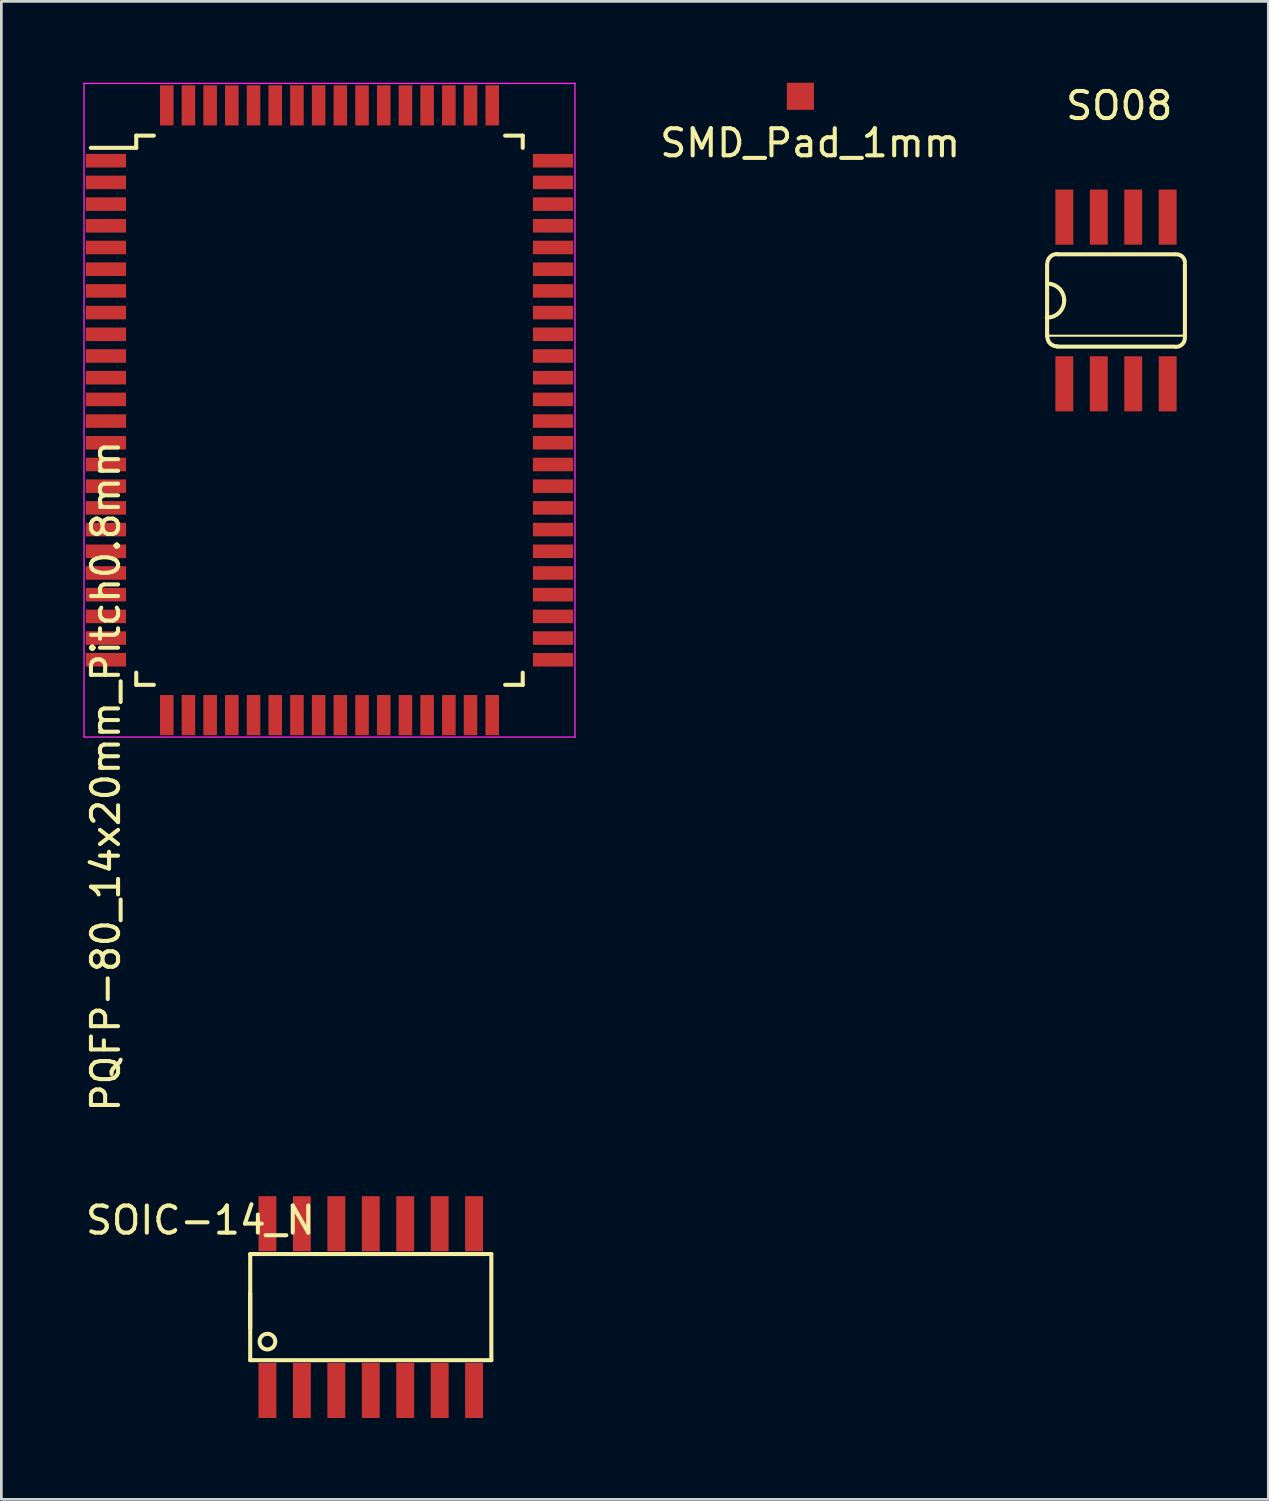
<source format=kicad_pcb>
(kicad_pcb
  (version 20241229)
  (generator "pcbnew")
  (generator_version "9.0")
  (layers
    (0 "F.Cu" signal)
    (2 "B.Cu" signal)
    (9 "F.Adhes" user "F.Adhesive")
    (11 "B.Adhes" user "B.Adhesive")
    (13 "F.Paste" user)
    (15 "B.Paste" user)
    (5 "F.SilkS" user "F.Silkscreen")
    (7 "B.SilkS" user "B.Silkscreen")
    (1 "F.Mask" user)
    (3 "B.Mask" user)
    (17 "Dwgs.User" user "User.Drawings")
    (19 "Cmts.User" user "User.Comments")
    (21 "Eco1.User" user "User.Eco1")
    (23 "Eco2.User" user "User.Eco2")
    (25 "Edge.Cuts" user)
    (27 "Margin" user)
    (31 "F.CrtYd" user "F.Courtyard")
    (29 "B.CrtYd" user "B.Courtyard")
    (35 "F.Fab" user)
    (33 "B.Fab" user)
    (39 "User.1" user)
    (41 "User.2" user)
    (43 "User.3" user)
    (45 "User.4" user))
  (footprint "PQFP-80_14x20mm_Pitch0.8mm"
    (layer "F.Cu")
    (at 9.098 12.075)
    (property "Reference" "PQFP-80_14x20mm_Pitch0.8mm" (at -8.25 13.494 270) (layer "F.SilkS") (effects (font (size 1 1) (thickness 0.15))))
    (attr smd)
    (fp_line (start -7.125 -10.125) (end -7.125 -9.675) (stroke (width 0.15) (type solid)) (layer "F.SilkS"))
    (fp_line (start -7.125 -10.125) (end -6.475 -10.125) (stroke (width 0.15) (type solid)) (layer "F.SilkS"))
    (fp_line (start -7.125 -9.675) (end -8.8 -9.675) (stroke (width 0.15) (type solid)) (layer "F.SilkS"))
    (fp_line (start -7.125 10.125) (end -7.125 9.675) (stroke (width 0.15) (type solid)) (layer "F.SilkS"))
    (fp_line (start -7.125 10.125) (end -6.475 10.125) (stroke (width 0.15) (type solid)) (layer "F.SilkS"))
    (fp_line (start 7.125 -10.125) (end 6.475 -10.125) (stroke (width 0.15) (type solid)) (layer "F.SilkS"))
    (fp_line (start 7.125 -10.125) (end 7.125 -9.675) (stroke (width 0.15) (type solid)) (layer "F.SilkS"))
    (fp_line (start 7.125 10.125) (end 6.475 10.125) (stroke (width 0.15) (type solid)) (layer "F.SilkS"))
    (fp_line (start 7.125 10.125) (end 7.125 9.675) (stroke (width 0.15) (type solid)) (layer "F.SilkS"))
    (fp_line (start -9.05 -12.05) (end -9.05 12.05) (stroke (width 0.05) (type solid)) (layer "F.CrtYd"))
    (fp_line (start -9.05 -12.05) (end 9.05 -12.05) (stroke (width 0.05) (type solid)) (layer "F.CrtYd"))
    (fp_line (start -9.05 12.05) (end 9.05 12.05) (stroke (width 0.05) (type solid)) (layer "F.CrtYd"))
    (fp_line (start 9.05 -12.05) (end 9.05 12.05) (stroke (width 0.05) (type solid)) (layer "F.CrtYd"))
    (pad "1" smd rect (at -8.24 -9.2) (size 1.48 0.5) (layers "F.Cu" "F.Mask" "F.Paste"))
    (pad "2" smd rect (at -8.24 -8.4) (size 1.48 0.5) (layers "F.Cu" "F.Mask" "F.Paste"))
    (pad "3" smd rect (at -8.24 -7.6) (size 1.48 0.5) (layers "F.Cu" "F.Mask" "F.Paste"))
    (pad "4" smd rect (at -8.24 -6.8) (size 1.48 0.5) (layers "F.Cu" "F.Mask" "F.Paste"))
    (pad "5" smd rect (at -8.24 -6) (size 1.48 0.5) (layers "F.Cu" "F.Mask" "F.Paste"))
    (pad "6" smd rect (at -8.24 -5.2) (size 1.48 0.5) (layers "F.Cu" "F.Mask" "F.Paste"))
    (pad "7" smd rect (at -8.24 -4.4) (size 1.48 0.5) (layers "F.Cu" "F.Mask" "F.Paste"))
    (pad "8" smd rect (at -8.24 -3.6) (size 1.48 0.5) (layers "F.Cu" "F.Mask" "F.Paste"))
    (pad "9" smd rect (at -8.24 -2.8) (size 1.48 0.5) (layers "F.Cu" "F.Mask" "F.Paste"))
    (pad "10" smd rect (at -8.24 -2) (size 1.48 0.5) (layers "F.Cu" "F.Mask" "F.Paste"))
    (pad "11" smd rect (at -8.24 -1.2) (size 1.48 0.5) (layers "F.Cu" "F.Mask" "F.Paste"))
    (pad "12" smd rect (at -8.24 -0.4) (size 1.48 0.5) (layers "F.Cu" "F.Mask" "F.Paste"))
    (pad "13" smd rect (at -8.24 0.4) (size 1.48 0.5) (layers "F.Cu" "F.Mask" "F.Paste"))
    (pad "14" smd rect (at -8.24 1.2) (size 1.48 0.5) (layers "F.Cu" "F.Mask" "F.Paste"))
    (pad "15" smd rect (at -8.24 2) (size 1.48 0.5) (layers "F.Cu" "F.Mask" "F.Paste"))
    (pad "16" smd rect (at -8.24 2.8) (size 1.48 0.5) (layers "F.Cu" "F.Mask" "F.Paste"))
    (pad "17" smd rect (at -8.24 3.6) (size 1.48 0.5) (layers "F.Cu" "F.Mask" "F.Paste"))
    (pad "18" smd rect (at -8.24 4.4) (size 1.48 0.5) (layers "F.Cu" "F.Mask" "F.Paste"))
    (pad "19" smd rect (at -8.24 5.2) (size 1.48 0.5) (layers "F.Cu" "F.Mask" "F.Paste"))
    (pad "20" smd rect (at -8.24 6) (size 1.48 0.5) (layers "F.Cu" "F.Mask" "F.Paste"))
    (pad "21" smd rect (at -8.24 6.8) (size 1.48 0.5) (layers "F.Cu" "F.Mask" "F.Paste"))
    (pad "22" smd rect (at -8.24 7.6) (size 1.48 0.5) (layers "F.Cu" "F.Mask" "F.Paste"))
    (pad "23" smd rect (at -8.24 8.4) (size 1.48 0.5) (layers "F.Cu" "F.Mask" "F.Paste"))
    (pad "24" smd rect (at -8.24 9.2) (size 1.48 0.5) (layers "F.Cu" "F.Mask" "F.Paste"))
    (pad "25" smd rect (at -6 11.24 90) (size 1.48 0.5) (layers "F.Cu" "F.Mask" "F.Paste"))
    (pad "26" smd rect (at -5.2 11.24 90) (size 1.48 0.5) (layers "F.Cu" "F.Mask" "F.Paste"))
    (pad "27" smd rect (at -4.4 11.24 90) (size 1.48 0.5) (layers "F.Cu" "F.Mask" "F.Paste"))
    (pad "28" smd rect (at -3.6 11.24 90) (size 1.48 0.5) (layers "F.Cu" "F.Mask" "F.Paste"))
    (pad "29" smd rect (at -2.8 11.24 90) (size 1.48 0.5) (layers "F.Cu" "F.Mask" "F.Paste"))
    (pad "30" smd rect (at -2 11.24 90) (size 1.48 0.5) (layers "F.Cu" "F.Mask" "F.Paste"))
    (pad "31" smd rect (at -1.2 11.24 90) (size 1.48 0.5) (layers "F.Cu" "F.Mask" "F.Paste"))
    (pad "32" smd rect (at -0.4 11.24 90) (size 1.48 0.5) (layers "F.Cu" "F.Mask" "F.Paste"))
    (pad "33" smd rect (at 0.4 11.24 90) (size 1.48 0.5) (layers "F.Cu" "F.Mask" "F.Paste"))
    (pad "34" smd rect (at 1.2 11.24 90) (size 1.48 0.5) (layers "F.Cu" "F.Mask" "F.Paste"))
    (pad "35" smd rect (at 2 11.24 90) (size 1.48 0.5) (layers "F.Cu" "F.Mask" "F.Paste"))
    (pad "36" smd rect (at 2.8 11.24 90) (size 1.48 0.5) (layers "F.Cu" "F.Mask" "F.Paste"))
    (pad "37" smd rect (at 3.6 11.24 90) (size 1.48 0.5) (layers "F.Cu" "F.Mask" "F.Paste"))
    (pad "38" smd rect (at 4.4 11.24 90) (size 1.48 0.5) (layers "F.Cu" "F.Mask" "F.Paste"))
    (pad "39" smd rect (at 5.2 11.24 90) (size 1.48 0.5) (layers "F.Cu" "F.Mask" "F.Paste"))
    (pad "40" smd rect (at 6 11.24 90) (size 1.48 0.5) (layers "F.Cu" "F.Mask" "F.Paste"))
    (pad "41" smd rect (at 8.24 9.2) (size 1.48 0.5) (layers "F.Cu" "F.Mask" "F.Paste"))
    (pad "42" smd rect (at 8.24 8.4) (size 1.48 0.5) (layers "F.Cu" "F.Mask" "F.Paste"))
    (pad "43" smd rect (at 8.24 7.6) (size 1.48 0.5) (layers "F.Cu" "F.Mask" "F.Paste"))
    (pad "44" smd rect (at 8.24 6.8) (size 1.48 0.5) (layers "F.Cu" "F.Mask" "F.Paste"))
    (pad "45" smd rect (at 8.24 6) (size 1.48 0.5) (layers "F.Cu" "F.Mask" "F.Paste"))
    (pad "46" smd rect (at 8.24 5.2) (size 1.48 0.5) (layers "F.Cu" "F.Mask" "F.Paste"))
    (pad "47" smd rect (at 8.24 4.4) (size 1.48 0.5) (layers "F.Cu" "F.Mask" "F.Paste"))
    (pad "48" smd rect (at 8.24 3.6) (size 1.48 0.5) (layers "F.Cu" "F.Mask" "F.Paste"))
    (pad "49" smd rect (at 8.24 2.8) (size 1.48 0.5) (layers "F.Cu" "F.Mask" "F.Paste"))
    (pad "50" smd rect (at 8.24 2) (size 1.48 0.5) (layers "F.Cu" "F.Mask" "F.Paste"))
    (pad "51" smd rect (at 8.24 1.2) (size 1.48 0.5) (layers "F.Cu" "F.Mask" "F.Paste"))
    (pad "52" smd rect (at 8.24 0.4) (size 1.48 0.5) (layers "F.Cu" "F.Mask" "F.Paste"))
    (pad "53" smd rect (at 8.24 -0.4) (size 1.48 0.5) (layers "F.Cu" "F.Mask" "F.Paste"))
    (pad "54" smd rect (at 8.24 -1.2) (size 1.48 0.5) (layers "F.Cu" "F.Mask" "F.Paste"))
    (pad "55" smd rect (at 8.24 -2) (size 1.48 0.5) (layers "F.Cu" "F.Mask" "F.Paste"))
    (pad "56" smd rect (at 8.24 -2.8) (size 1.48 0.5) (layers "F.Cu" "F.Mask" "F.Paste"))
    (pad "57" smd rect (at 8.24 -3.6) (size 1.48 0.5) (layers "F.Cu" "F.Mask" "F.Paste"))
    (pad "58" smd rect (at 8.24 -4.4) (size 1.48 0.5) (layers "F.Cu" "F.Mask" "F.Paste"))
    (pad "59" smd rect (at 8.24 -5.2) (size 1.48 0.5) (layers "F.Cu" "F.Mask" "F.Paste"))
    (pad "60" smd rect (at 8.24 -6) (size 1.48 0.5) (layers "F.Cu" "F.Mask" "F.Paste"))
    (pad "61" smd rect (at 8.24 -6.8) (size 1.48 0.5) (layers "F.Cu" "F.Mask" "F.Paste"))
    (pad "62" smd rect (at 8.24 -7.6) (size 1.48 0.5) (layers "F.Cu" "F.Mask" "F.Paste"))
    (pad "63" smd rect (at 8.24 -8.4) (size 1.48 0.5) (layers "F.Cu" "F.Mask" "F.Paste"))
    (pad "64" smd rect (at 8.24 -9.2) (size 1.48 0.5) (layers "F.Cu" "F.Mask" "F.Paste"))
    (pad "65" smd rect (at 6 -11.24 90) (size 1.48 0.5) (layers "F.Cu" "F.Mask" "F.Paste"))
    (pad "66" smd rect (at 5.2 -11.24 90) (size 1.48 0.5) (layers "F.Cu" "F.Mask" "F.Paste"))
    (pad "67" smd rect (at 4.4 -11.24 90) (size 1.48 0.5) (layers "F.Cu" "F.Mask" "F.Paste"))
    (pad "68" smd rect (at 3.6 -11.24 90) (size 1.48 0.5) (layers "F.Cu" "F.Mask" "F.Paste"))
    (pad "69" smd rect (at 2.8 -11.24 90) (size 1.48 0.5) (layers "F.Cu" "F.Mask" "F.Paste"))
    (pad "70" smd rect (at 2 -11.24 90) (size 1.48 0.5) (layers "F.Cu" "F.Mask" "F.Paste"))
    (pad "71" smd rect (at 1.2 -11.24 90) (size 1.48 0.5) (layers "F.Cu" "F.Mask" "F.Paste"))
    (pad "72" smd rect (at 0.4 -11.24 90) (size 1.48 0.5) (layers "F.Cu" "F.Mask" "F.Paste"))
    (pad "73" smd rect (at -0.4 -11.24 90) (size 1.48 0.5) (layers "F.Cu" "F.Mask" "F.Paste"))
    (pad "74" smd rect (at -1.2 -11.24 90) (size 1.48 0.5) (layers "F.Cu" "F.Mask" "F.Paste"))
    (pad "75" smd rect (at -2 -11.24 90) (size 1.48 0.5) (layers "F.Cu" "F.Mask" "F.Paste"))
    (pad "76" smd rect (at -2.8 -11.24 90) (size 1.48 0.5) (layers "F.Cu" "F.Mask" "F.Paste"))
    (pad "77" smd rect (at -3.6 -11.24 90) (size 1.48 0.5) (layers "F.Cu" "F.Mask" "F.Paste"))
    (pad "78" smd rect (at -4.4 -11.24 90) (size 1.48 0.5) (layers "F.Cu" "F.Mask" "F.Paste"))
    (pad "79" smd rect (at -5.2 -11.24 90) (size 1.48 0.5) (layers "F.Cu" "F.Mask" "F.Paste"))
    (pad "80" smd rect (at -6 -11.24 90) (size 1.48 0.5) (layers "F.Cu" "F.Mask" "F.Paste")))
  (footprint "SOIC-14_N"
    (layer "F.Cu")
    (at 10.62 45.141)
    (property "Reference" "SOIC-14_N" (at -6.281 -3.2 0) (layer "F.SilkS") (effects (font (size 1 1) (thickness 0.15))))
    (attr smd)
    (fp_line (start -4.445 -1.956) (end -4.445 1.956) (stroke (width 0.15) (type solid)) (layer "F.SilkS"))
    (fp_line (start -4.445 -1.956) (end 4.445 -1.956) (stroke (width 0.15) (type solid)) (layer "F.SilkS"))
    (fp_line (start -4.445 -0.508) (end -4.445 0.762) (stroke (width 0.15) (type solid)) (layer "F.SilkS"))
    (fp_line (start 4.445 -1.956) (end 4.445 1.956) (stroke (width 0.15) (type solid)) (layer "F.SilkS"))
    (fp_line (start 4.445 1.956) (end -4.445 1.956) (stroke (width 0.15) (type solid)) (layer "F.SilkS"))
    (fp_circle (center -3.81 1.273) (end -3.556 1.41) (stroke (width 0.15) (type solid)) (fill no) (layer "F.SilkS"))
    (pad "1" smd rect (at -3.81 3.073) (size 0.66 2.032) (layers "F.Cu" "F.Mask" "F.Paste"))
    (pad "2" smd rect (at -2.54 3.073) (size 0.66 2.032) (layers "F.Cu" "F.Mask" "F.Paste"))
    (pad "3" smd rect (at -1.27 3.073) (size 0.66 2.032) (layers "F.Cu" "F.Mask" "F.Paste"))
    (pad "4" smd rect (at 0 3.073) (size 0.66 2.032) (layers "F.Cu" "F.Mask" "F.Paste"))
    (pad "5" smd rect (at 1.27 3.073) (size 0.66 2.032) (layers "F.Cu" "F.Mask" "F.Paste"))
    (pad "6" smd rect (at 2.54 3.073) (size 0.66 2.032) (layers "F.Cu" "F.Mask" "F.Paste"))
    (pad "7" smd rect (at 3.81 3.073) (size 0.66 2.032) (layers "F.Cu" "F.Mask" "F.Paste"))
    (pad "8" smd rect (at 3.81 -3.073) (size 0.66 2.032) (layers "F.Cu" "F.Mask" "F.Paste"))
    (pad "9" smd rect (at 2.54 -3.073) (size 0.66 2.032) (layers "F.Cu" "F.Mask" "F.Paste"))
    (pad "10" smd rect (at 1.27 -3.073) (size 0.66 2.032) (layers "F.Cu" "F.Mask" "F.Paste"))
    (pad "11" smd rect (at 0 -3.073) (size 0.66 2.032) (layers "F.Cu" "F.Mask" "F.Paste"))
    (pad "12" smd rect (at -1.27 -3.073) (size 0.66 2.032) (layers "F.Cu" "F.Mask" "F.Paste"))
    (pad "13" smd rect (at -2.54 -3.073) (size 0.66 2.032) (layers "F.Cu" "F.Mask" "F.Paste"))
    (pad "14" smd rect (at -3.81 -3.073) (size 0.66 2.032) (layers "F.Cu" "F.Mask" "F.Paste")))
  (footprint "SMD_Pad_1mm"
    (layer "F.Cu")
    (at 26.459 0.5)
    (property "Reference" "SMD_Pad_1mm" (at 0.363 1.722 0) (layer "F.SilkS") (effects (font (size 1 1) (thickness 0.15))))
    (attr through_hole)
    (pad "1" smd rect (at 0 0) (size 1 1) (layers "F.Cu" "F.Mask" "F.Paste")))
  (footprint "SO08"
    (layer "F.Cu")
    (at 38.096 8.028)
    (property "Reference" "SO08" (at 0.12 -7.18 0) (layer "F.SilkS") (effects (font (size 1 1) (thickness 0.15))))
    (attr through_hole)
    (fp_line (start -2.54 -1.321) (end -2.54 1.321) (stroke (width 0.15) (type solid)) (layer "F.SilkS"))
    (fp_line (start -2.53 1.3) (end 2.53 1.3) (stroke (width 0.076) (type solid)) (layer "F.SilkS"))
    (fp_line (start -2.159 -1.702) (end 2.159 -1.702) (stroke (width 0.15) (type solid)) (layer "F.SilkS"))
    (fp_line (start 2.159 1.702) (end -2.159 1.702) (stroke (width 0.15) (type solid)) (layer "F.SilkS"))
    (fp_line (start 2.54 -1.321) (end 2.54 1.321) (stroke (width 0.15) (type solid)) (layer "F.SilkS"))
    (fp_arc (start -2.53 -1.39) (mid -2.406274 -1.628701) (end -2.15 -1.71) (stroke (width 0.15) (type solid)) (layer "F.SilkS"))
    (fp_arc (start -2.53 -0.62) (mid -2.091594 -0.438406) (end -1.91 0) (stroke (width 0.15) (type solid)) (layer "F.SilkS"))
    (fp_arc (start -2.17 1.69) (mid -2.420416 1.594558) (end -2.53 1.35) (stroke (width 0.15) (type solid)) (layer "F.SilkS"))
    (fp_arc (start -1.91 0.01) (mid -2.101594 0.452548) (end -2.55 0.63) (stroke (width 0.15) (type solid)) (layer "F.SilkS"))
    (fp_arc (start 2.2 -1.7) (mid 2.42799 -1.630416) (end 2.54 -1.42) (stroke (width 0.15) (type solid)) (layer "F.SilkS"))
    (fp_arc (start 2.54 1.38) (mid 2.443345 1.613345) (end 2.21 1.71) (stroke (width 0.15) (type solid)) (layer "F.SilkS"))
    (pad "1" smd rect (at -1.905 3.073) (size 0.66 2.032) (layers "F.Cu" "F.Mask" "F.Paste"))
    (pad "2" smd rect (at -0.635 3.073) (size 0.66 2.032) (layers "F.Cu" "F.Mask" "F.Paste"))
    (pad "3" smd rect (at 0.635 3.073) (size 0.66 2.032) (layers "F.Cu" "F.Mask" "F.Paste"))
    (pad "4" smd rect (at 1.905 3.073) (size 0.66 2.032) (layers "F.Cu" "F.Mask" "F.Paste"))
    (pad "5" smd rect (at 1.905 -3.073) (size 0.66 2.032) (layers "F.Cu" "F.Mask" "F.Paste"))
    (pad "6" smd rect (at 0.635 -3.073) (size 0.66 2.032) (layers "F.Cu" "F.Mask" "F.Paste"))
    (pad "7" smd rect (at -0.635 -3.073) (size 0.66 2.032) (layers "F.Cu" "F.Mask" "F.Paste"))
    (pad "8" smd rect (at -1.905 -3.073) (size 0.66 2.032) (layers "F.Cu" "F.Mask" "F.Paste")))
  (gr_rect
    (start -3 -3)
    (end 43.711 52.23)
    (stroke (width 0.1) (type default))
    (fill no)
    (layer "Edge.Cuts")))
</source>
